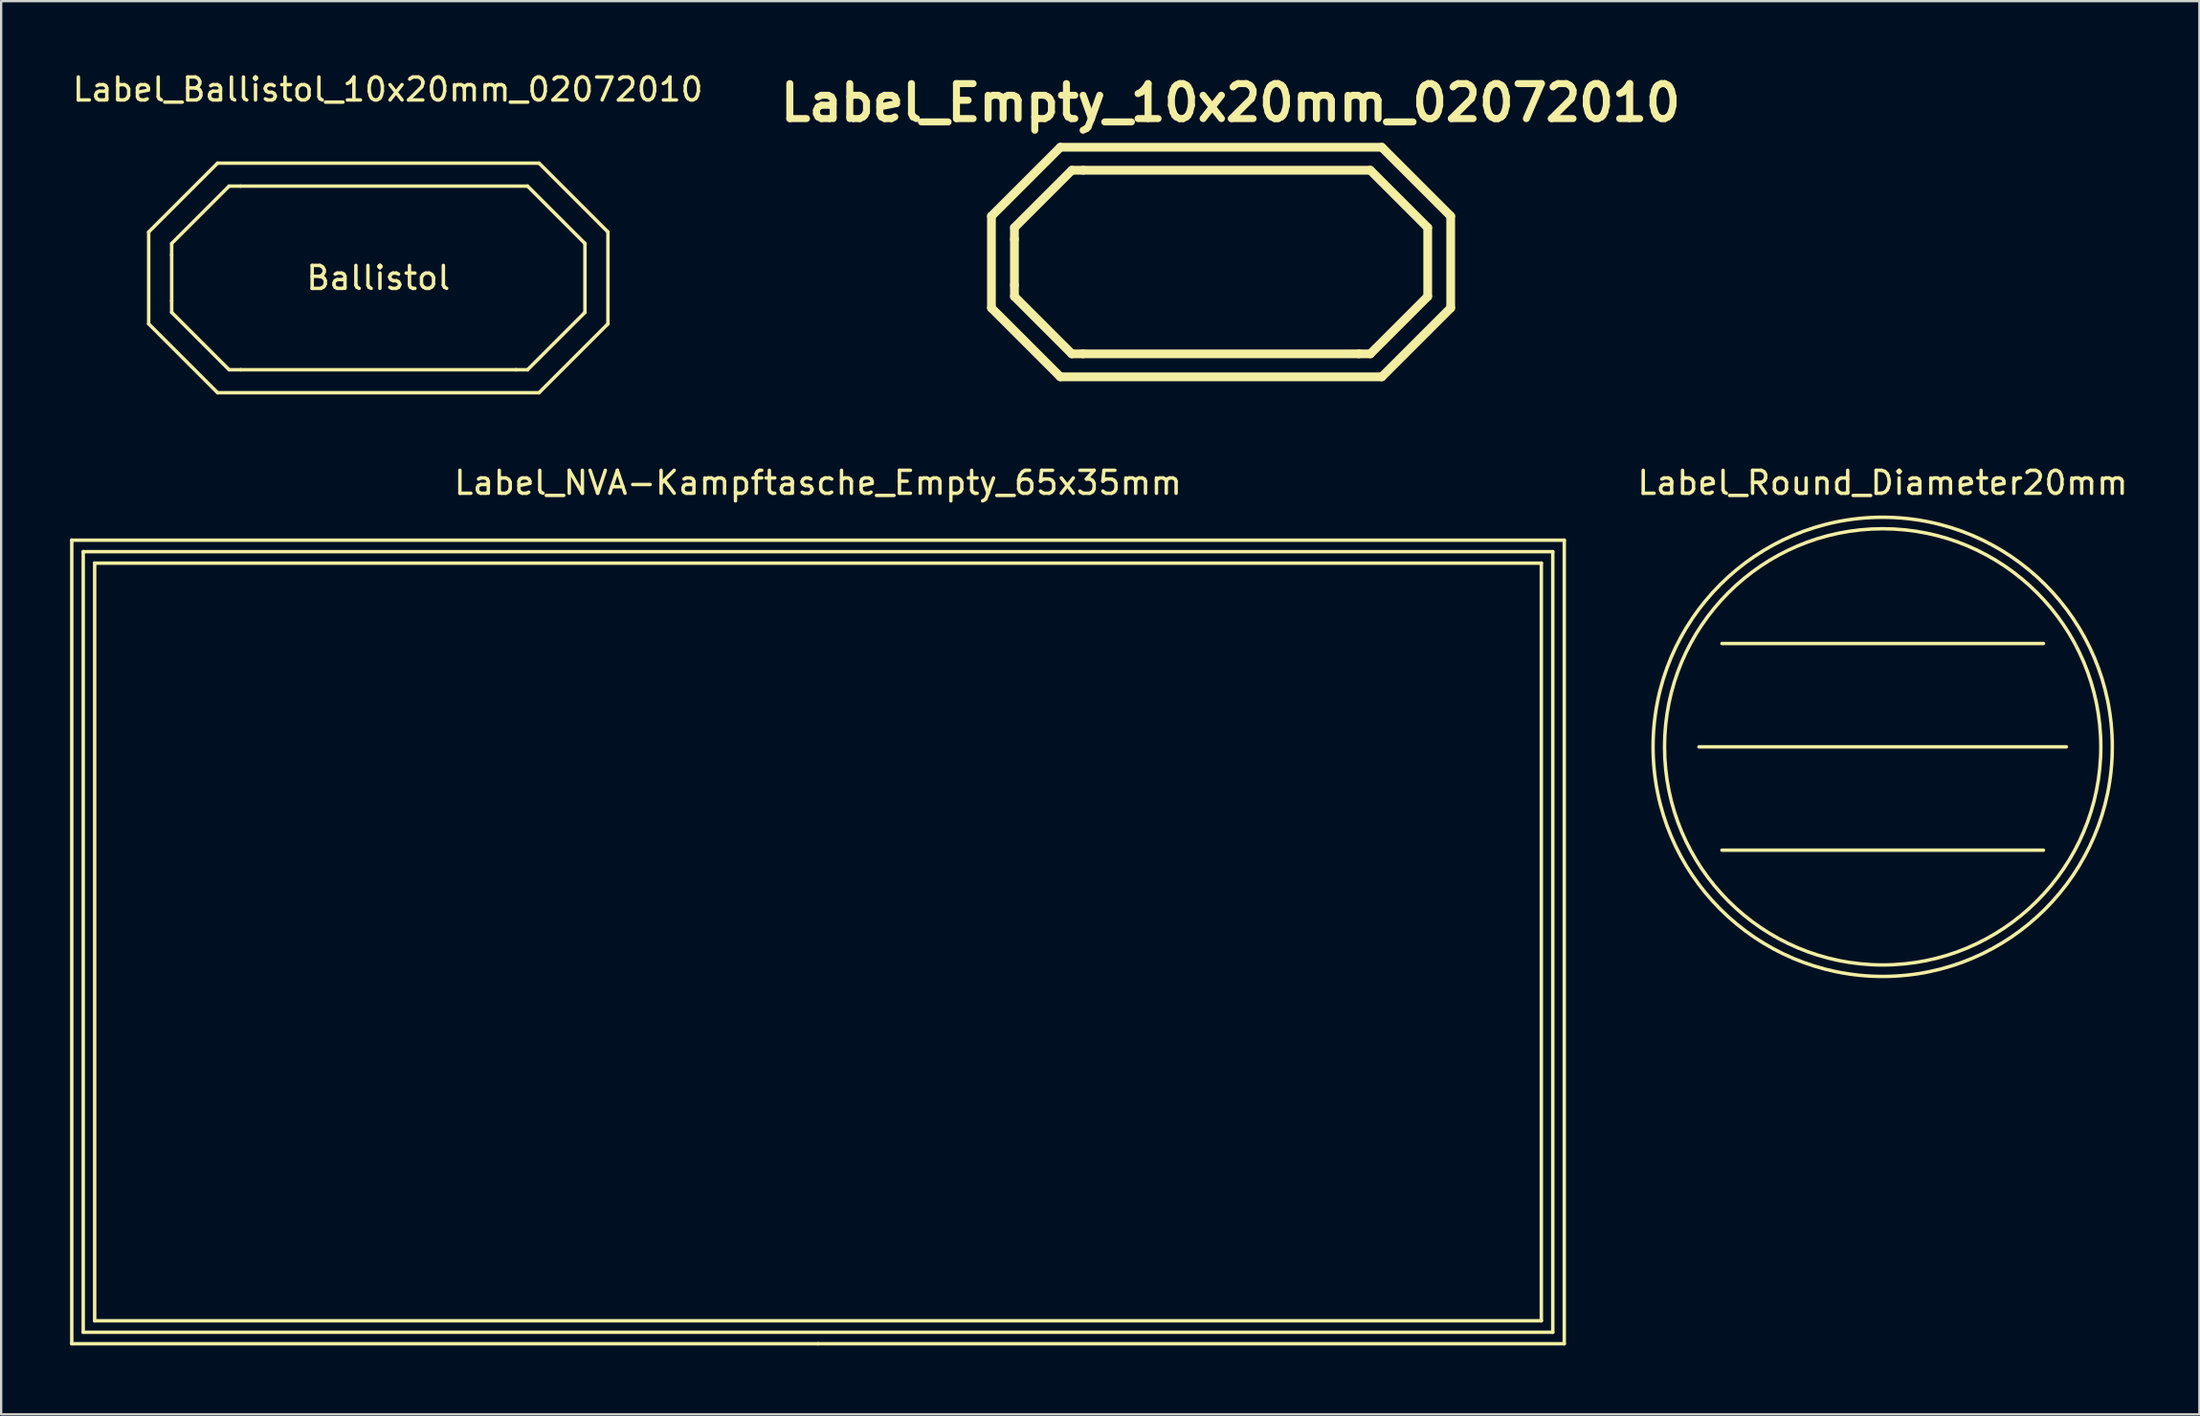
<source format=kicad_pcb>
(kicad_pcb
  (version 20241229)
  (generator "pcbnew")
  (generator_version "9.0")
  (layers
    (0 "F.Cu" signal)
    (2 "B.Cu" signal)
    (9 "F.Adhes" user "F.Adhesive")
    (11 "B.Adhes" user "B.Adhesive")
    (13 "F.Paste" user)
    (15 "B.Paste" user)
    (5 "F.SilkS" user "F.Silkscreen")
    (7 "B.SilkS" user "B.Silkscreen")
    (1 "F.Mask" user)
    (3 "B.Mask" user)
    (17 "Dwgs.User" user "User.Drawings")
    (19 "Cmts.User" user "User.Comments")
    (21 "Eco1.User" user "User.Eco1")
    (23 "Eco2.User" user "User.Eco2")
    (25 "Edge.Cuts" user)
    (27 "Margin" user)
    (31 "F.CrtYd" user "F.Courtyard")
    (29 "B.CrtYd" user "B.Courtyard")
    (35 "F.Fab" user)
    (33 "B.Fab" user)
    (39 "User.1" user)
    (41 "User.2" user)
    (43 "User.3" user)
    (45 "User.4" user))
  (footprint "Label_Empty_10x20mm_02072010"
    (layer "F.Cu")
    (at 50.541 8.538)
    (property "Reference" "Label_Empty_10x20mm_02072010" (at 0 -7.112 0) (layer "F.SilkS") (effects (font (size 1.524 1.524) (thickness 0.305))))
    (attr through_hole)
    (fp_line (start -10.414 -2.174) (end -10.414 1.826) (stroke (width 0.381) (type solid)) (layer "F.SilkS"))
    (fp_line (start -10.414 -2.174) (end -7.414 -5.174) (stroke (width 0.381) (type solid)) (layer "F.SilkS"))
    (fp_line (start -10.414 1.826) (end -7.414 4.826) (stroke (width 0.381) (type solid)) (layer "F.SilkS"))
    (fp_line (start -9.413 -1.674) (end -6.914 -4.173) (stroke (width 0.381) (type solid)) (layer "F.SilkS"))
    (fp_line (start -9.413 -1.173) (end -9.413 -1.674) (stroke (width 0.381) (type solid)) (layer "F.SilkS"))
    (fp_line (start -9.413 -1.173) (end -9.413 0.826) (stroke (width 0.381) (type solid)) (layer "F.SilkS"))
    (fp_line (start -9.413 0.826) (end -9.413 1.326) (stroke (width 0.381) (type solid)) (layer "F.SilkS"))
    (fp_line (start -9.413 1.326) (end -6.914 3.825) (stroke (width 0.381) (type solid)) (layer "F.SilkS"))
    (fp_line (start -7.414 -5.174) (end 6.586 -5.174) (stroke (width 0.381) (type solid)) (layer "F.SilkS"))
    (fp_line (start -6.914 -4.173) (end -6.413 -4.173) (stroke (width 0.381) (type solid)) (layer "F.SilkS"))
    (fp_line (start -6.914 3.825) (end -6.413 3.825) (stroke (width 0.381) (type solid)) (layer "F.SilkS"))
    (fp_line (start -6.413 3.825) (end 5.585 3.825) (stroke (width 0.381) (type solid)) (layer "F.SilkS"))
    (fp_line (start 6.086 -4.173) (end -6.413 -4.173) (stroke (width 0.381) (type solid)) (layer "F.SilkS"))
    (fp_line (start 6.086 3.825) (end 5.585 3.825) (stroke (width 0.381) (type solid)) (layer "F.SilkS"))
    (fp_line (start 6.586 4.826) (end -7.414 4.826) (stroke (width 0.381) (type solid)) (layer "F.SilkS"))
    (fp_line (start 6.586 4.826) (end 9.586 1.826) (stroke (width 0.381) (type solid)) (layer "F.SilkS"))
    (fp_line (start 8.585 -1.674) (end 6.086 -4.173) (stroke (width 0.381) (type solid)) (layer "F.SilkS"))
    (fp_line (start 8.585 -1.674) (end 8.585 1.326) (stroke (width 0.381) (type solid)) (layer "F.SilkS"))
    (fp_line (start 8.585 1.326) (end 6.086 3.825) (stroke (width 0.381) (type solid)) (layer "F.SilkS"))
    (fp_line (start 9.586 -2.174) (end 6.586 -5.174) (stroke (width 0.381) (type solid)) (layer "F.SilkS"))
    (fp_line (start 9.586 -2.174) (end 9.586 1.826) (stroke (width 0.381) (type solid)) (layer "F.SilkS")))
  (footprint "Label_Ballistol_10x20mm_02072010"
    (layer "F.Cu")
    (at 13.839 8.976)
    (property "Reference" "Label_Ballistol_10x20mm_02072010" (at 0 -8.128 0) (layer "F.SilkS") (effects (font (size 1 1) (thickness 0.15))))
    (attr through_hole)
    (fp_line (start -10.414 -1.92) (end -10.414 2.08) (stroke (width 0.15) (type solid)) (layer "F.SilkS"))
    (fp_line (start -10.414 -1.92) (end -7.414 -4.92) (stroke (width 0.15) (type solid)) (layer "F.SilkS"))
    (fp_line (start -10.414 2.08) (end -7.414 5.08) (stroke (width 0.15) (type solid)) (layer "F.SilkS"))
    (fp_line (start -9.413 -1.42) (end -6.914 -3.919) (stroke (width 0.15) (type solid)) (layer "F.SilkS"))
    (fp_line (start -9.413 -0.919) (end -9.413 -1.42) (stroke (width 0.15) (type solid)) (layer "F.SilkS"))
    (fp_line (start -9.413 -0.919) (end -9.413 1.079) (stroke (width 0.15) (type solid)) (layer "F.SilkS"))
    (fp_line (start -9.413 1.079) (end -9.413 1.58) (stroke (width 0.15) (type solid)) (layer "F.SilkS"))
    (fp_line (start -9.413 1.58) (end -6.914 4.079) (stroke (width 0.15) (type solid)) (layer "F.SilkS"))
    (fp_line (start -7.414 -4.92) (end 6.586 -4.92) (stroke (width 0.15) (type solid)) (layer "F.SilkS"))
    (fp_line (start -6.914 -3.919) (end -6.413 -3.919) (stroke (width 0.15) (type solid)) (layer "F.SilkS"))
    (fp_line (start -6.914 4.079) (end -6.413 4.079) (stroke (width 0.15) (type solid)) (layer "F.SilkS"))
    (fp_line (start -6.413 4.079) (end 5.585 4.079) (stroke (width 0.15) (type solid)) (layer "F.SilkS"))
    (fp_line (start 6.086 -3.919) (end -6.413 -3.919) (stroke (width 0.15) (type solid)) (layer "F.SilkS"))
    (fp_line (start 6.086 4.079) (end 5.585 4.079) (stroke (width 0.15) (type solid)) (layer "F.SilkS"))
    (fp_line (start 6.586 5.08) (end -7.414 5.08) (stroke (width 0.15) (type solid)) (layer "F.SilkS"))
    (fp_line (start 6.586 5.08) (end 9.586 2.08) (stroke (width 0.15) (type solid)) (layer "F.SilkS"))
    (fp_line (start 8.585 -1.42) (end 6.086 -3.919) (stroke (width 0.15) (type solid)) (layer "F.SilkS"))
    (fp_line (start 8.585 -1.42) (end 8.585 1.58) (stroke (width 0.15) (type solid)) (layer "F.SilkS"))
    (fp_line (start 8.585 1.58) (end 6.086 4.079) (stroke (width 0.15) (type solid)) (layer "F.SilkS"))
    (fp_line (start 9.586 -1.92) (end 6.586 -4.92) (stroke (width 0.15) (type solid)) (layer "F.SilkS"))
    (fp_line (start 9.586 -1.92) (end 9.586 2.08) (stroke (width 0.15) (type solid)) (layer "F.SilkS"))
    (fp_text user "Ballistol" (at -0.414 0.079 0) (layer "F.SilkS") (effects (font (size 1 1) (thickness 0.15)))))
  (footprint "Label_NVA-Kampftasche_Empty_65x35mm"
    (layer "F.Cu")
    (at 32.574 37.979)
    (property "Reference" "Label_NVA-Kampftasche_Empty_65x35mm" (at 0 -20 0) (layer "F.SilkS") (effects (font (size 1 1) (thickness 0.15))))
    (attr through_hole)
    (fp_line (start -32.499 -17.501) (end -32.499 17.501) (stroke (width 0.15) (type solid)) (layer "F.SilkS"))
    (fp_line (start -32.499 17.501) (end 0 17.501) (stroke (width 0.15) (type solid)) (layer "F.SilkS"))
    (fp_line (start -31.999 -17) (end 31.999 -17) (stroke (width 0.15) (type solid)) (layer "F.SilkS"))
    (fp_line (start -31.999 17) (end -31.999 -17) (stroke (width 0.15) (type solid)) (layer "F.SilkS"))
    (fp_line (start -31.501 -16.5) (end 31.501 -16.5) (stroke (width 0.15) (type solid)) (layer "F.SilkS"))
    (fp_line (start -31.501 16.5) (end -31.501 -16.5) (stroke (width 0.15) (type solid)) (layer "F.SilkS"))
    (fp_line (start 0 17.501) (end 32.499 17.501) (stroke (width 0.15) (type solid)) (layer "F.SilkS"))
    (fp_line (start 31.501 -16.5) (end 31.501 16.5) (stroke (width 0.15) (type solid)) (layer "F.SilkS"))
    (fp_line (start 31.501 16.5) (end -31.501 16.5) (stroke (width 0.15) (type solid)) (layer "F.SilkS"))
    (fp_line (start 31.999 -17) (end 31.999 17) (stroke (width 0.15) (type solid)) (layer "F.SilkS"))
    (fp_line (start 31.999 17) (end -31.999 17) (stroke (width 0.15) (type solid)) (layer "F.SilkS"))
    (fp_line (start 32.499 -17.501) (end -32.499 -17.501) (stroke (width 0.15) (type solid)) (layer "F.SilkS"))
    (fp_line (start 32.499 17.501) (end 32.499 -17.501) (stroke (width 0.15) (type solid)) (layer "F.SilkS")))
  (footprint "Label_Round_Diameter20mm"
    (layer "F.Cu")
    (at 78.94 29.481)
    (property "Reference" "Label_Round_Diameter20mm" (at 0 -11.501 0) (layer "F.SilkS") (effects (font (size 1 1) (thickness 0.15))))
    (attr through_hole)
    (fp_line (start -8.001 0) (end 8.001 0) (stroke (width 0.15) (type solid)) (layer "F.SilkS"))
    (fp_line (start -7 -4.501) (end 7 -4.501) (stroke (width 0.15) (type solid)) (layer "F.SilkS"))
    (fp_line (start -7 4.501) (end 7 4.501) (stroke (width 0.15) (type solid)) (layer "F.SilkS"))
    (fp_circle (center 0 0) (end 9.5 0) (stroke (width 0.15) (type solid)) (fill no) (layer "F.SilkS"))
    (fp_circle (center 0 0) (end 10 0) (stroke (width 0.15) (type solid)) (fill no) (layer "F.SilkS")))
  (gr_rect
    (start -3 -3)
    (end 92.732 58.555)
    (stroke (width 0.1) (type default))
    (fill no)
    (layer "Edge.Cuts")))
</source>
